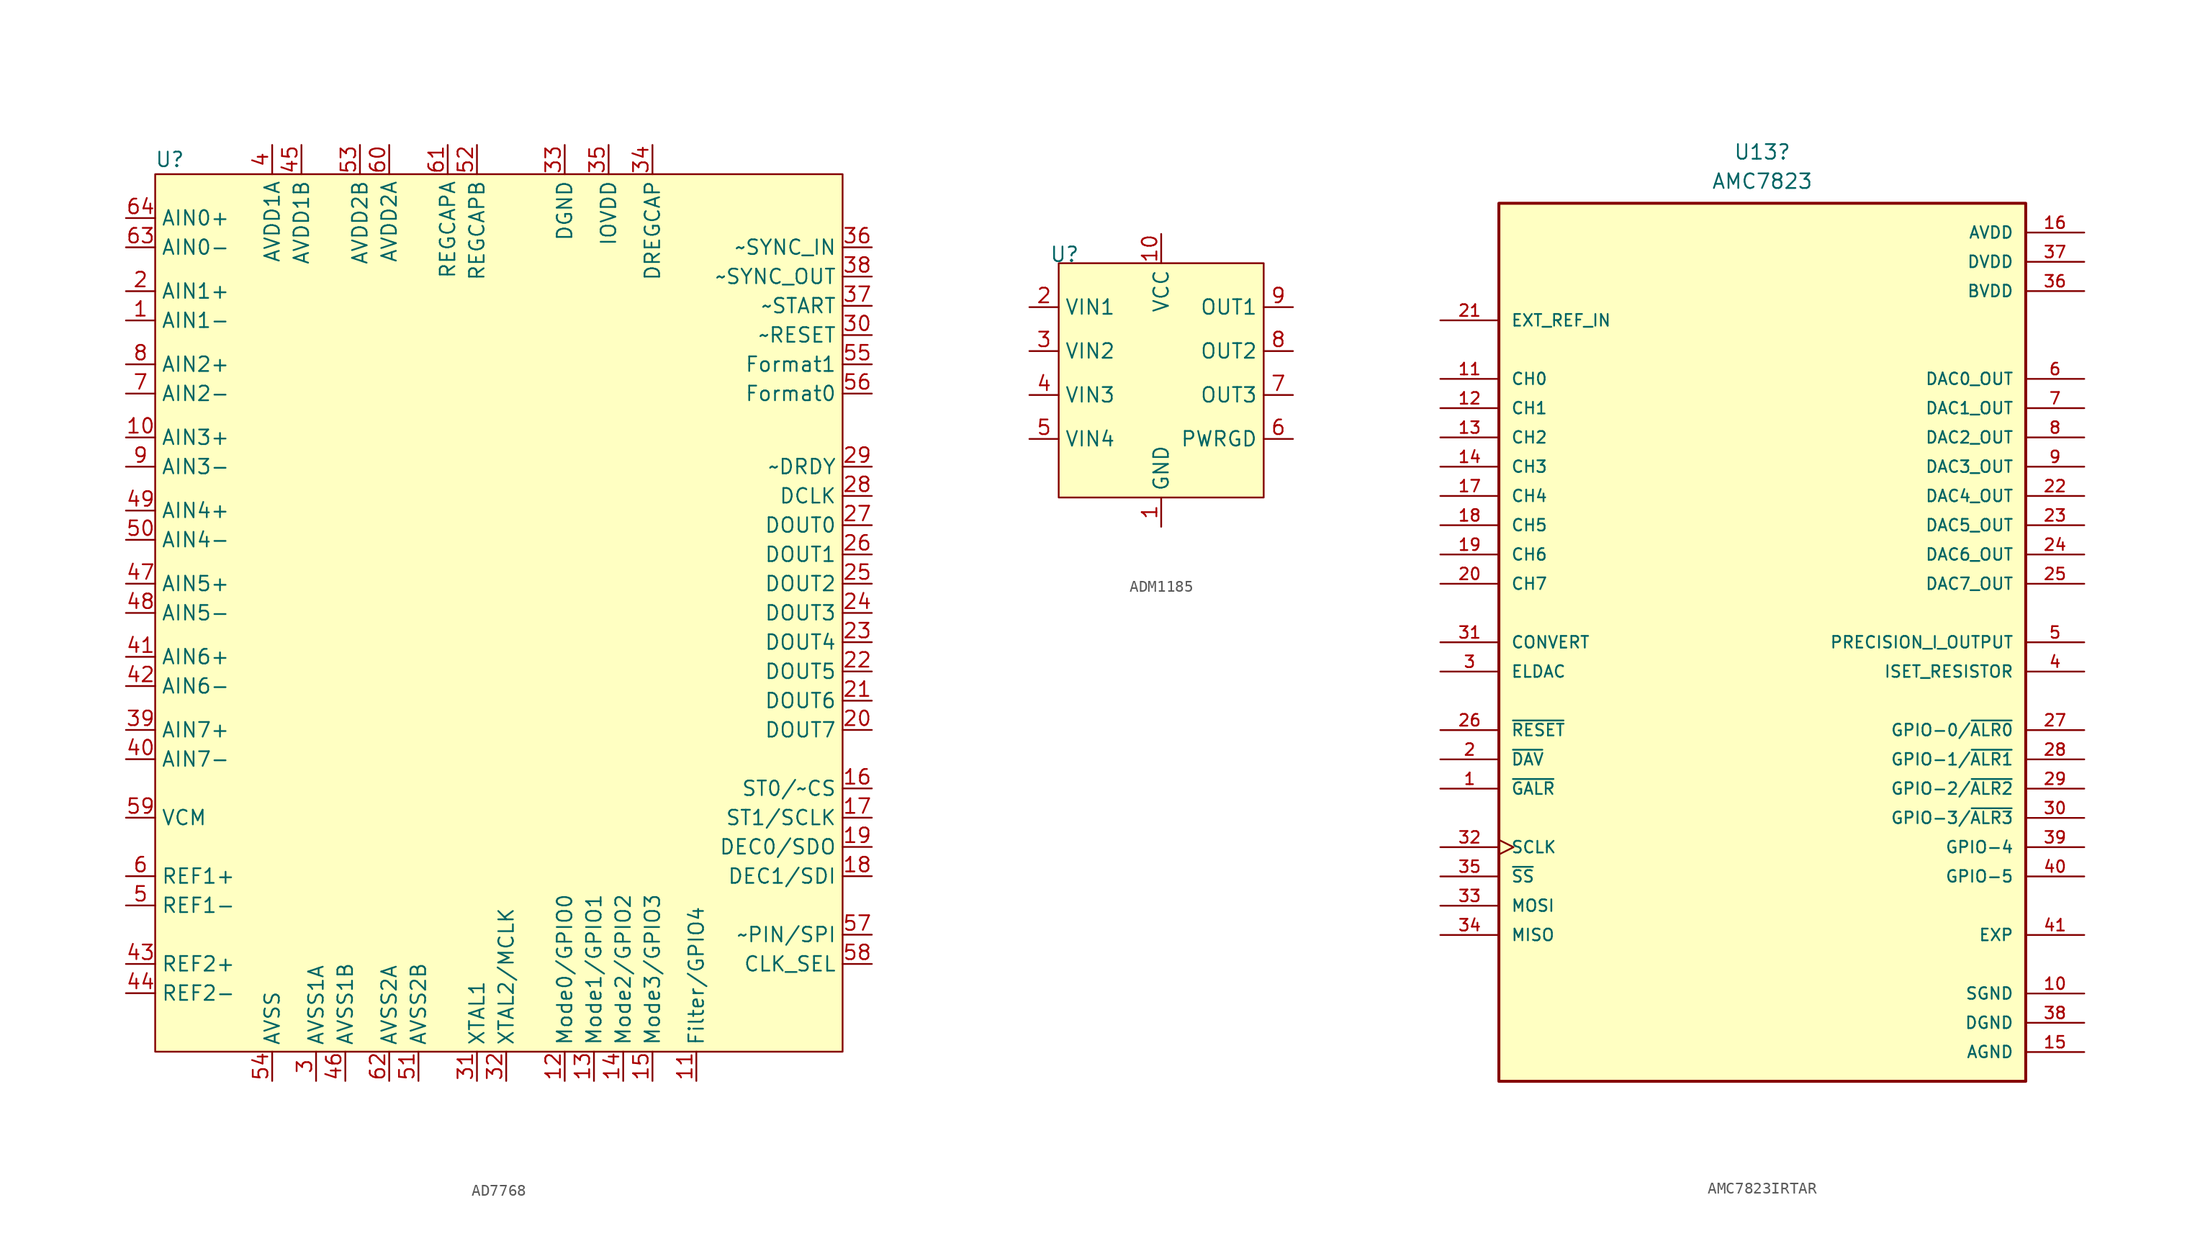
<source format=kicad_sym>
(kicad_symbol_lib
  (version 20241209)
  (generator "kicad_symbol_editor")
  (generator_version "9.0")
  (symbol "AD7768"
    (property "Reference" "U"
      (at 1.27 1.27 0)
      (effects (font (size 1.27 1.27))))
    (property "Value" ""
      (at 0 0 0)
      (effects (font (size 1.27 1.27))))
    (symbol "AD7768_0_1"
      (rectangle (start 0 0) (end 59.69 -76.2) (stroke (width 0) (type default)) (fill (type background))))
    (symbol "AD7768_1_1"
      (pin input line (at -2.54 -3.81 0) (length 2.54) (name "AIN0+" (effects (font (size 1.27 1.27)))) (number "64" (effects (font (size 1.27 1.27)))))
      (pin input line (at -2.54 -6.35 0) (length 2.54) (name "AIN0-" (effects (font (size 1.27 1.27)))) (number "63" (effects (font (size 1.27 1.27)))))
      (pin input line (at -2.54 -10.16 0) (length 2.54) (name "AIN1+" (effects (font (size 1.27 1.27)))) (number "2" (effects (font (size 1.27 1.27)))))
      (pin input line (at -2.54 -12.7 0) (length 2.54) (name "AIN1-" (effects (font (size 1.27 1.27)))) (number "1" (effects (font (size 1.27 1.27)))))
      (pin input line (at -2.54 -16.51 0) (length 2.54) (name "AIN2+" (effects (font (size 1.27 1.27)))) (number "8" (effects (font (size 1.27 1.27)))))
      (pin input line (at -2.54 -19.05 0) (length 2.54) (name "AIN2-" (effects (font (size 1.27 1.27)))) (number "7" (effects (font (size 1.27 1.27)))))
      (pin input line (at -2.54 -22.86 0) (length 2.54) (name "AIN3+" (effects (font (size 1.27 1.27)))) (number "10" (effects (font (size 1.27 1.27)))))
      (pin input line (at -2.54 -25.4 0) (length 2.54) (name "AIN3-" (effects (font (size 1.27 1.27)))) (number "9" (effects (font (size 1.27 1.27)))))
      (pin input line (at -2.54 -29.21 0) (length 2.54) (name "AIN4+" (effects (font (size 1.27 1.27)))) (number "49" (effects (font (size 1.27 1.27)))))
      (pin input line (at -2.54 -31.75 0) (length 2.54) (name "AIN4-" (effects (font (size 1.27 1.27)))) (number "50" (effects (font (size 1.27 1.27)))))
      (pin input line (at -2.54 -35.56 0) (length 2.54) (name "AIN5+" (effects (font (size 1.27 1.27)))) (number "47" (effects (font (size 1.27 1.27)))))
      (pin input line (at -2.54 -38.1 0) (length 2.54) (name "AIN5-" (effects (font (size 1.27 1.27)))) (number "48" (effects (font (size 1.27 1.27)))))
      (pin input line (at -2.54 -41.91 0) (length 2.54) (name "AIN6+" (effects (font (size 1.27 1.27)))) (number "41" (effects (font (size 1.27 1.27)))))
      (pin input line (at -2.54 -44.45 0) (length 2.54) (name "AIN6-" (effects (font (size 1.27 1.27)))) (number "42" (effects (font (size 1.27 1.27)))))
      (pin input line (at -2.54 -48.26 0) (length 2.54) (name "AIN7+" (effects (font (size 1.27 1.27)))) (number "39" (effects (font (size 1.27 1.27)))))
      (pin input line (at -2.54 -50.8 0) (length 2.54) (name "AIN7-" (effects (font (size 1.27 1.27)))) (number "40" (effects (font (size 1.27 1.27)))))
      (pin passive line (at -2.54 -55.88 0) (length 2.54) (name "VCM" (effects (font (size 1.27 1.27)))) (number "59" (effects (font (size 1.27 1.27)))))
      (pin passive line (at -2.54 -60.96 0) (length 2.54) (name "REF1+" (effects (font (size 1.27 1.27)))) (number "6" (effects (font (size 1.27 1.27)))))
      (pin passive line (at -2.54 -63.5 0) (length 2.54) (name "REF1-" (effects (font (size 1.27 1.27)))) (number "5" (effects (font (size 1.27 1.27)))))
      (pin passive line (at -2.54 -68.58 0) (length 2.54) (name "REF2+" (effects (font (size 1.27 1.27)))) (number "43" (effects (font (size 1.27 1.27)))))
      (pin passive line (at -2.54 -71.12 0) (length 2.54) (name "REF2-" (effects (font (size 1.27 1.27)))) (number "44" (effects (font (size 1.27 1.27)))))
      (pin power_in line (at 10.16 2.54 270) (length 2.54) (name "AVDD1A" (effects (font (size 1.27 1.27)))) (number "4" (effects (font (size 1.27 1.27)))))
      (pin power_in line (at 10.16 -78.74 90) (length 2.54) (name "AVSS" (effects (font (size 1.27 1.27)))) (number "54" (effects (font (size 1.27 1.27)))))
      (pin power_in line (at 12.7 2.54 270) (length 2.54) (name "AVDD1B" (effects (font (size 1.27 1.27)))) (number "45" (effects (font (size 1.27 1.27)))))
      (pin power_in line (at 13.97 -78.74 90) (length 2.54) (name "AVSS1A" (effects (font (size 1.27 1.27)))) (number "3" (effects (font (size 1.27 1.27)))))
      (pin power_in line (at 16.51 -78.74 90) (length 2.54) (name "AVSS1B" (effects (font (size 1.27 1.27)))) (number "46" (effects (font (size 1.27 1.27)))))
      (pin power_in line (at 17.78 2.54 270) (length 2.54) (name "AVDD2B" (effects (font (size 1.27 1.27)))) (number "53" (effects (font (size 1.27 1.27)))))
      (pin power_in line (at 20.32 2.54 270) (length 2.54) (name "AVDD2A" (effects (font (size 1.27 1.27)))) (number "60" (effects (font (size 1.27 1.27)))))
      (pin passive line (at 20.32 -78.74 90) (length 2.54) (name "AVSS2A" (effects (font (size 1.27 1.27)))) (number "62" (effects (font (size 1.27 1.27)))))
      (pin power_in line (at 22.86 -78.74 90) (length 2.54) (name "AVSS2B" (effects (font (size 1.27 1.27)))) (number "51" (effects (font (size 1.27 1.27)))))
      (pin passive line (at 25.4 2.54 270) (length 2.54) (name "REGCAPA" (effects (font (size 1.27 1.27)))) (number "61" (effects (font (size 1.27 1.27)))))
      (pin passive line (at 27.94 2.54 270) (length 2.54) (name "REGCAPB" (effects (font (size 1.27 1.27)))) (number "52" (effects (font (size 1.27 1.27)))))
      (pin passive line (at 27.94 -78.74 90) (length 2.54) (name "XTAL1" (effects (font (size 1.27 1.27)))) (number "31" (effects (font (size 1.27 1.27)))))
      (pin passive line (at 30.48 -78.74 90) (length 2.54) (name "XTAL2/MCLK" (effects (font (size 1.27 1.27)))) (number "32" (effects (font (size 1.27 1.27)))))
      (pin passive line (at 35.56 2.54 270) (length 2.54) (name "DGND" (effects (font (size 1.27 1.27)))) (number "33" (effects (font (size 1.27 1.27)))))
      (pin passive line (at 35.56 -78.74 90) (length 2.54) (name "Mode0/GPIO0" (effects (font (size 1.27 1.27)))) (number "12" (effects (font (size 1.27 1.27)))))
      (pin passive line (at 38.1 -78.74 90) (length 2.54) (name "Mode1/GPIO1" (effects (font (size 1.27 1.27)))) (number "13" (effects (font (size 1.27 1.27)))))
      (pin power_in line (at 39.37 2.54 270) (length 2.54) (name "IOVDD" (effects (font (size 1.27 1.27)))) (number "35" (effects (font (size 1.27 1.27)))))
      (pin passive line (at 40.64 -78.74 90) (length 2.54) (name "Mode2/GPIO2" (effects (font (size 1.27 1.27)))) (number "14" (effects (font (size 1.27 1.27)))))
      (pin passive line (at 43.18 2.54 270) (length 2.54) (name "DREGCAP" (effects (font (size 1.27 1.27)))) (number "34" (effects (font (size 1.27 1.27)))))
      (pin passive line (at 43.18 -78.74 90) (length 2.54) (name "Mode3/GPIO3" (effects (font (size 1.27 1.27)))) (number "15" (effects (font (size 1.27 1.27)))))
      (pin passive line (at 46.99 -78.74 90) (length 2.54) (name "Filter/GPIO4" (effects (font (size 1.27 1.27)))) (number "11" (effects (font (size 1.27 1.27)))))
      (pin passive line (at 62.23 -6.35 180) (length 2.54) (name "~SYNC_IN" (effects (font (size 1.27 1.27)))) (number "36" (effects (font (size 1.27 1.27)))))
      (pin passive line (at 62.23 -8.89 180) (length 2.54) (name "~SYNC_OUT" (effects (font (size 1.27 1.27)))) (number "38" (effects (font (size 1.27 1.27)))))
      (pin passive line (at 62.23 -11.43 180) (length 2.54) (name "~START" (effects (font (size 1.27 1.27)))) (number "37" (effects (font (size 1.27 1.27)))))
      (pin passive line (at 62.23 -13.97 180) (length 2.54) (name "~RESET" (effects (font (size 1.27 1.27)))) (number "30" (effects (font (size 1.27 1.27)))))
      (pin passive line (at 62.23 -16.51 180) (length 2.54) (name "Format1" (effects (font (size 1.27 1.27)))) (number "55" (effects (font (size 1.27 1.27)))))
      (pin passive line (at 62.23 -19.05 180) (length 2.54) (name "Format0" (effects (font (size 1.27 1.27)))) (number "56" (effects (font (size 1.27 1.27)))))
      (pin passive line (at 62.23 -25.4 180) (length 2.54) (name "~DRDY" (effects (font (size 1.27 1.27)))) (number "29" (effects (font (size 1.27 1.27)))))
      (pin input line (at 62.23 -27.94 180) (length 2.54) (name "DCLK" (effects (font (size 1.27 1.27)))) (number "28" (effects (font (size 1.27 1.27)))))
      (pin output line (at 62.23 -30.48 180) (length 2.54) (name "DOUT0" (effects (font (size 1.27 1.27)))) (number "27" (effects (font (size 1.27 1.27)))))
      (pin output line (at 62.23 -33.02 180) (length 2.54) (name "DOUT1" (effects (font (size 1.27 1.27)))) (number "26" (effects (font (size 1.27 1.27)))))
      (pin output line (at 62.23 -35.56 180) (length 2.54) (name "DOUT2" (effects (font (size 1.27 1.27)))) (number "25" (effects (font (size 1.27 1.27)))))
      (pin output line (at 62.23 -38.1 180) (length 2.54) (name "DOUT3" (effects (font (size 1.27 1.27)))) (number "24" (effects (font (size 1.27 1.27)))))
      (pin output line (at 62.23 -40.64 180) (length 2.54) (name "DOUT4" (effects (font (size 1.27 1.27)))) (number "23" (effects (font (size 1.27 1.27)))))
      (pin output line (at 62.23 -43.18 180) (length 2.54) (name "DOUT5" (effects (font (size 1.27 1.27)))) (number "22" (effects (font (size 1.27 1.27)))))
      (pin output line (at 62.23 -45.72 180) (length 2.54) (name "DOUT6" (effects (font (size 1.27 1.27)))) (number "21" (effects (font (size 1.27 1.27)))))
      (pin output line (at 62.23 -48.26 180) (length 2.54) (name "DOUT7" (effects (font (size 1.27 1.27)))) (number "20" (effects (font (size 1.27 1.27)))))
      (pin passive line (at 62.23 -53.34 180) (length 2.54) (name "ST0/~CS" (effects (font (size 1.27 1.27)))) (number "16" (effects (font (size 1.27 1.27)))))
      (pin passive line (at 62.23 -55.88 180) (length 2.54) (name "ST1/SCLK" (effects (font (size 1.27 1.27)))) (number "17" (effects (font (size 1.27 1.27)))))
      (pin passive line (at 62.23 -58.42 180) (length 2.54) (name "DEC0/SDO" (effects (font (size 1.27 1.27)))) (number "19" (effects (font (size 1.27 1.27)))))
      (pin passive line (at 62.23 -60.96 180) (length 2.54) (name "DEC1/SDI" (effects (font (size 1.27 1.27)))) (number "18" (effects (font (size 1.27 1.27)))))
      (pin passive line (at 62.23 -66.04 180) (length 2.54) (name "~PIN/SPI" (effects (font (size 1.27 1.27)))) (number "57" (effects (font (size 1.27 1.27)))))
      (pin passive line (at 62.23 -68.58 180) (length 2.54) (name "CLK_SEL" (effects (font (size 1.27 1.27)))) (number "58" (effects (font (size 1.27 1.27)))))))
  (symbol "ADM1185"
    (property "Reference" "U"
      (at 0.508 0.762 0)
      (effects (font (size 1.27 1.27))))
    (property "Value" ""
      (at 0 14.732 0)
      (effects (font (size 1.27 1.27))))
    (symbol "ADM1185_1_1"
      (rectangle (start 0 0) (end 17.78 -20.32) (stroke (width 0) (type default)) (fill (type background)))
      (pin input line (at -2.54 -3.81 0) (length 2.54) (name "VIN1" (effects (font (size 1.27 1.27)))) (number "2" (effects (font (size 1.27 1.27)))))
      (pin input line (at -2.54 -7.62 0) (length 2.54) (name "VIN2" (effects (font (size 1.27 1.27)))) (number "3" (effects (font (size 1.27 1.27)))))
      (pin input line (at -2.54 -11.43 0) (length 2.54) (name "VIN3" (effects (font (size 1.27 1.27)))) (number "4" (effects (font (size 1.27 1.27)))))
      (pin input line (at -2.54 -15.24 0) (length 2.54) (name "VIN4" (effects (font (size 1.27 1.27)))) (number "5" (effects (font (size 1.27 1.27)))))
      (pin passive line (at 8.89 2.54 270) (length 2.54) (name "VCC" (effects (font (size 1.27 1.27)))) (number "10" (effects (font (size 1.27 1.27)))))
      (pin passive line (at 8.89 -22.86 90) (length 2.54) (name "GND" (effects (font (size 1.27 1.27)))) (number "1" (effects (font (size 1.27 1.27)))))
      (pin output line (at 20.32 -3.81 180) (length 2.54) (name "OUT1" (effects (font (size 1.27 1.27)))) (number "9" (effects (font (size 1.27 1.27)))))
      (pin output line (at 20.32 -7.62 180) (length 2.54) (name "OUT2" (effects (font (size 1.27 1.27)))) (number "8" (effects (font (size 1.27 1.27)))))
      (pin output line (at 20.32 -11.43 180) (length 2.54) (name "OUT3" (effects (font (size 1.27 1.27)))) (number "7" (effects (font (size 1.27 1.27)))))
      (pin output line (at 20.32 -15.24 180) (length 2.54) (name "PWRGD" (effects (font (size 1.27 1.27)))) (number "6" (effects (font (size 1.27 1.27)))))))
  (symbol "AMC7823IRTAR"
    (pin_names
      (offset 1.016))
    (property "Reference" "U13"
      (at 29.21 32.385 0)
      (effects (font (size 1.27 1.27))))
    (property "Value" "AMC7823"
      (at 29.21 29.845 0)
      (effects (font (size 1.27 1.27))))
    (symbol "AMC7823IRTAR_0_0"
      (rectangle (start 6.35 27.94) (end 52.07 -48.26) (stroke (width 0.254) (type default)) (fill (type background)))
      (pin input line (at 1.27 17.78 0) (length 5.08) (name "EXT_REF_IN" (effects (font (size 1.016 1.016)))) (number "21" (effects (font (size 1.016 1.016)))))
      (pin input line (at 1.27 12.7 0) (length 5.08) (name "CH0" (effects (font (size 1.016 1.016)))) (number "11" (effects (font (size 1.016 1.016)))))
      (pin input line (at 1.27 10.16 0) (length 5.08) (name "CH1" (effects (font (size 1.016 1.016)))) (number "12" (effects (font (size 1.016 1.016)))))
      (pin input line (at 1.27 7.62 0) (length 5.08) (name "CH2" (effects (font (size 1.016 1.016)))) (number "13" (effects (font (size 1.016 1.016)))))
      (pin input line (at 1.27 5.08 0) (length 5.08) (name "CH3" (effects (font (size 1.016 1.016)))) (number "14" (effects (font (size 1.016 1.016)))))
      (pin input line (at 1.27 2.54 0) (length 5.08) (name "CH4" (effects (font (size 1.016 1.016)))) (number "17" (effects (font (size 1.016 1.016)))))
      (pin input line (at 1.27 0 0) (length 5.08) (name "CH5" (effects (font (size 1.016 1.016)))) (number "18" (effects (font (size 1.016 1.016)))))
      (pin input line (at 1.27 -2.54 0) (length 5.08) (name "CH6" (effects (font (size 1.016 1.016)))) (number "19" (effects (font (size 1.016 1.016)))))
      (pin input line (at 1.27 -5.08 0) (length 5.08) (name "CH7" (effects (font (size 1.016 1.016)))) (number "20" (effects (font (size 1.016 1.016)))))
      (pin input line (at 1.27 -10.16 0) (length 5.08) (name "CONVERT" (effects (font (size 1.016 1.016)))) (number "31" (effects (font (size 1.016 1.016)))))
      (pin input line (at 1.27 -12.7 0) (length 5.08) (name "ELDAC" (effects (font (size 1.016 1.016)))) (number "3" (effects (font (size 1.016 1.016)))))
      (pin input line (at 1.27 -17.78 0) (length 5.08) (name "~{RESET}" (effects (font (size 1.016 1.016)))) (number "26" (effects (font (size 1.016 1.016)))))
      (pin output line (at 1.27 -20.32 0) (length 5.08) (name "~{DAV}" (effects (font (size 1.016 1.016)))) (number "2" (effects (font (size 1.016 1.016)))))
      (pin output line (at 1.27 -22.86 0) (length 5.08) (name "~{GALR}" (effects (font (size 1.016 1.016)))) (number "1" (effects (font (size 1.016 1.016)))))
      (pin input clock (at 1.27 -27.94 0) (length 5.08) (name "SCLK" (effects (font (size 1.016 1.016)))) (number "32" (effects (font (size 1.016 1.016)))))
      (pin input line (at 1.27 -30.48 0) (length 5.08) (name "~{SS}" (effects (font (size 1.016 1.016)))) (number "35" (effects (font (size 1.016 1.016)))))
      (pin input line (at 1.27 -33.02 0) (length 5.08) (name "MOSI" (effects (font (size 1.016 1.016)))) (number "33" (effects (font (size 1.016 1.016)))))
      (pin output line (at 1.27 -35.56 0) (length 5.08) (name "MISO" (effects (font (size 1.016 1.016)))) (number "34" (effects (font (size 1.016 1.016)))))
      (pin power_in line (at 57.15 25.4 180) (length 5.08) (name "AVDD" (effects (font (size 1.016 1.016)))) (number "16" (effects (font (size 1.016 1.016)))))
      (pin power_in line (at 57.15 22.86 180) (length 5.08) (name "DVDD" (effects (font (size 1.016 1.016)))) (number "37" (effects (font (size 1.016 1.016)))))
      (pin power_in line (at 57.15 20.32 180) (length 5.08) (name "BVDD" (effects (font (size 1.016 1.016)))) (number "36" (effects (font (size 1.016 1.016)))))
      (pin output line (at 57.15 12.7 180) (length 5.08) (name "DAC0_OUT" (effects (font (size 1.016 1.016)))) (number "6" (effects (font (size 1.016 1.016)))))
      (pin output line (at 57.15 10.16 180) (length 5.08) (name "DAC1_OUT" (effects (font (size 1.016 1.016)))) (number "7" (effects (font (size 1.016 1.016)))))
      (pin output line (at 57.15 7.62 180) (length 5.08) (name "DAC2_OUT" (effects (font (size 1.016 1.016)))) (number "8" (effects (font (size 1.016 1.016)))))
      (pin output line (at 57.15 5.08 180) (length 5.08) (name "DAC3_OUT" (effects (font (size 1.016 1.016)))) (number "9" (effects (font (size 1.016 1.016)))))
      (pin output line (at 57.15 2.54 180) (length 5.08) (name "DAC4_OUT" (effects (font (size 1.016 1.016)))) (number "22" (effects (font (size 1.016 1.016)))))
      (pin output line (at 57.15 0 180) (length 5.08) (name "DAC5_OUT" (effects (font (size 1.016 1.016)))) (number "23" (effects (font (size 1.016 1.016)))))
      (pin output line (at 57.15 -2.54 180) (length 5.08) (name "DAC6_OUT" (effects (font (size 1.016 1.016)))) (number "24" (effects (font (size 1.016 1.016)))))
      (pin output line (at 57.15 -5.08 180) (length 5.08) (name "DAC7_OUT" (effects (font (size 1.016 1.016)))) (number "25" (effects (font (size 1.016 1.016)))))
      (pin output line (at 57.15 -10.16 180) (length 5.08) (name "PRECISION_I_OUTPUT" (effects (font (size 1.016 1.016)))) (number "5" (effects (font (size 1.016 1.016)))))
      (pin passive line (at 57.15 -12.7 180) (length 5.08) (name "ISET_RESISTOR" (effects (font (size 1.016 1.016)))) (number "4" (effects (font (size 1.016 1.016)))))
      (pin bidirectional line (at 57.15 -17.78 180) (length 5.08) (name "GPIO-0/~{ALR0}" (effects (font (size 1.016 1.016)))) (number "27" (effects (font (size 1.016 1.016)))))
      (pin bidirectional line (at 57.15 -20.32 180) (length 5.08) (name "GPIO-1/~{ALR1}" (effects (font (size 1.016 1.016)))) (number "28" (effects (font (size 1.016 1.016)))))
      (pin bidirectional line (at 57.15 -22.86 180) (length 5.08) (name "GPIO-2/~{ALR2}" (effects (font (size 1.016 1.016)))) (number "29" (effects (font (size 1.016 1.016)))))
      (pin bidirectional line (at 57.15 -25.4 180) (length 5.08) (name "GPIO-3/~{ALR3}" (effects (font (size 1.016 1.016)))) (number "30" (effects (font (size 1.016 1.016)))))
      (pin bidirectional line (at 57.15 -27.94 180) (length 5.08) (name "GPIO-4" (effects (font (size 1.016 1.016)))) (number "39" (effects (font (size 1.016 1.016)))))
      (pin bidirectional line (at 57.15 -30.48 180) (length 5.08) (name "GPIO-5" (effects (font (size 1.016 1.016)))) (number "40" (effects (font (size 1.016 1.016)))))
      (pin passive line (at 57.15 -35.56 180) (length 5.08) (name "EXP" (effects (font (size 1.016 1.016)))) (number "41" (effects (font (size 1.016 1.016)))))
      (pin power_in line (at 57.15 -40.64 180) (length 5.08) (name "SGND" (effects (font (size 1.016 1.016)))) (number "10" (effects (font (size 1.016 1.016)))))
      (pin power_in line (at 57.15 -43.18 180) (length 5.08) (name "DGND" (effects (font (size 1.016 1.016)))) (number "38" (effects (font (size 1.016 1.016)))))
      (pin power_in line (at 57.15 -45.72 180) (length 5.08) (name "AGND" (effects (font (size 1.016 1.016)))) (number "15" (effects (font (size 1.016 1.016))))))))
</source>
